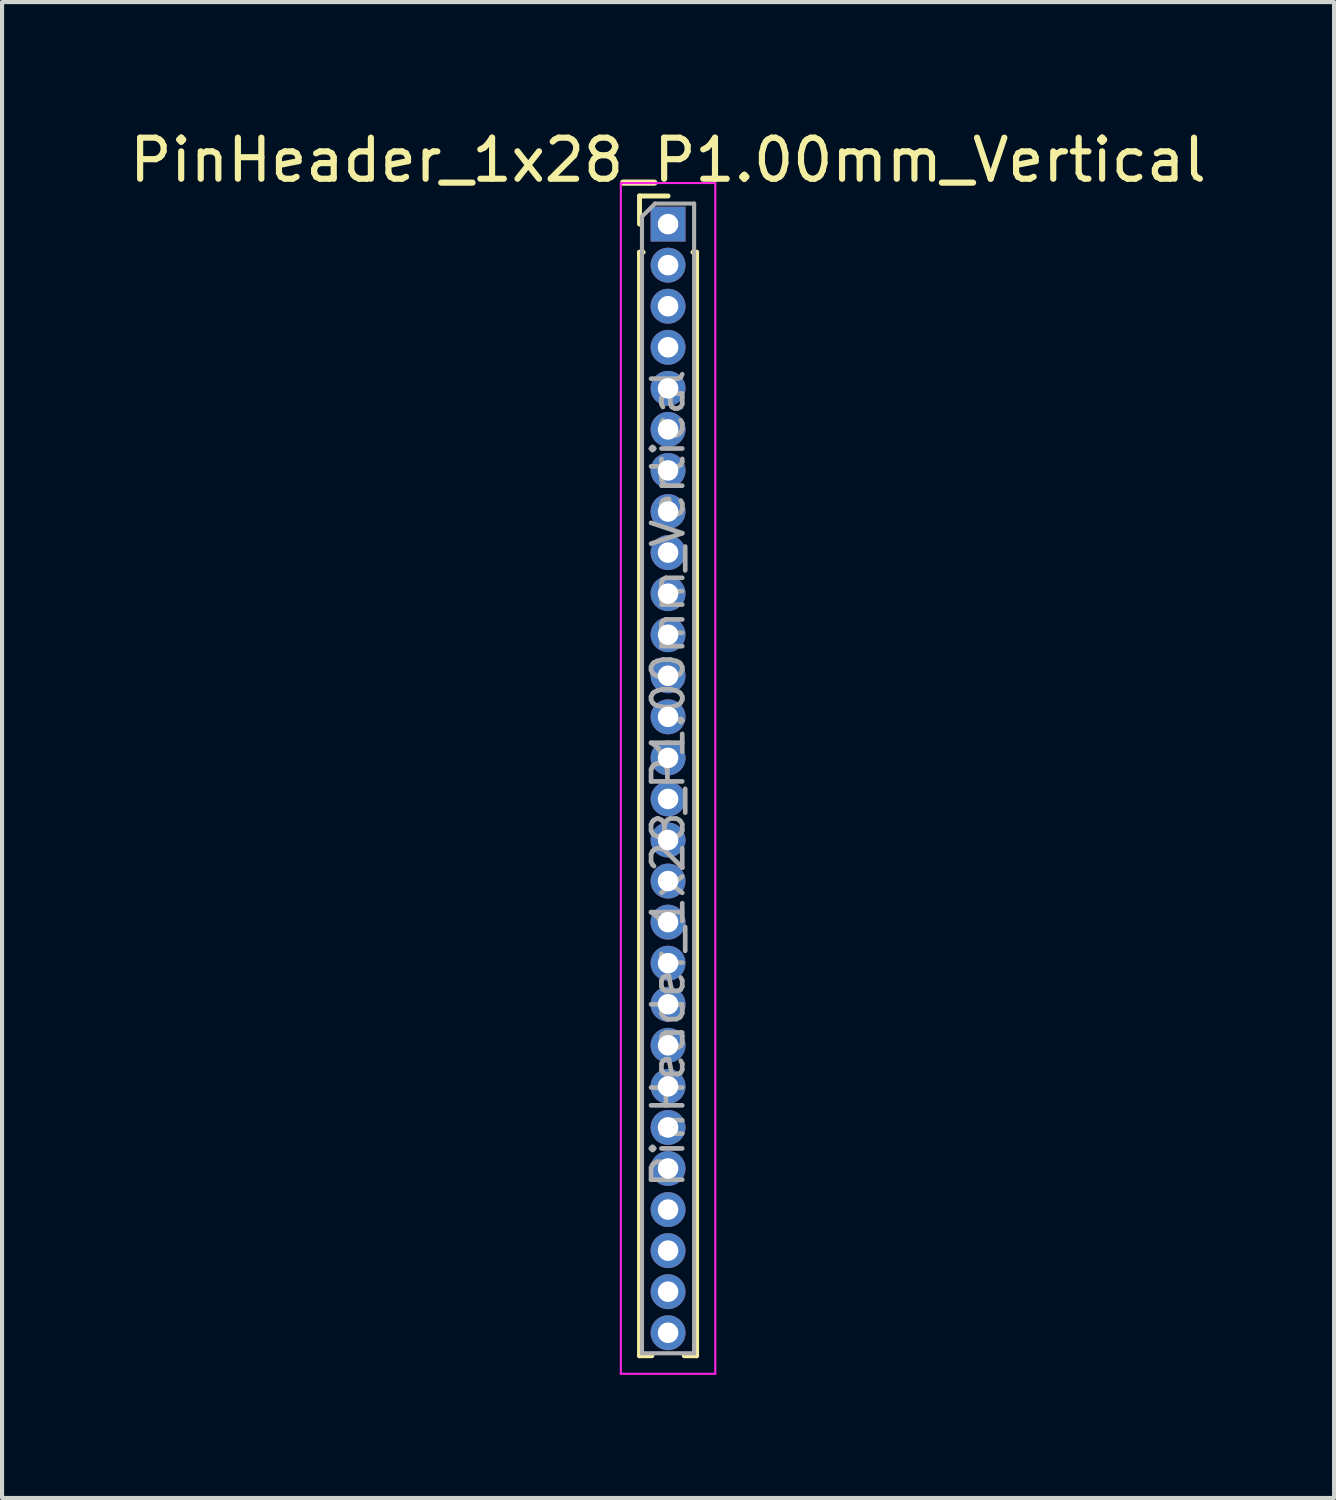
<source format=kicad_pcb>
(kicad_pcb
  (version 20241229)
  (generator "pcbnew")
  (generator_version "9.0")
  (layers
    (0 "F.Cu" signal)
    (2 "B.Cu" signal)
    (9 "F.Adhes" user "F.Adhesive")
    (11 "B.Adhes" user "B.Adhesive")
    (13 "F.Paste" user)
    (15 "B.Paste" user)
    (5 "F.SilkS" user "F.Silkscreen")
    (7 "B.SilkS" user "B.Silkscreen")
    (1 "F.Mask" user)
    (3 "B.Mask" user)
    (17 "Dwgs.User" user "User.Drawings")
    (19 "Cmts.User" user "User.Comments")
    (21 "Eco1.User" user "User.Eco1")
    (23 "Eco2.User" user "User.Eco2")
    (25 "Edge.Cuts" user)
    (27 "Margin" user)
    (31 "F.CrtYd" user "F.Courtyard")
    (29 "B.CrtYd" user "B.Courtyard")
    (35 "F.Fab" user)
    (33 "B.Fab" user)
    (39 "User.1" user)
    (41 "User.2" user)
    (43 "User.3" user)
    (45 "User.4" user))
  (footprint "PinHeader_1x28_P1.00mm_Vertical"
    (layer "F.Cu")
    (at 13.22 2.408)
    (property "Reference" "PinHeader_1x28_P1.00mm_Vertical" (at 0 -1.56 0) (layer "F.SilkS") (effects (font (size 1 1) (thickness 0.15))))
    (attr through_hole)
    (fp_line (start -0.695 -0.685) (end 0 -0.685) (stroke (width 0.12) (type solid)) (layer "F.SilkS"))
    (fp_line (start -0.695 0) (end -0.695 -0.685) (stroke (width 0.12) (type solid)) (layer "F.SilkS"))
    (fp_line (start -0.695 0.685) (end -0.695 27.56) (stroke (width 0.12) (type solid)) (layer "F.SilkS"))
    (fp_line (start -0.695 0.685) (end -0.608 0.685) (stroke (width 0.12) (type solid)) (layer "F.SilkS"))
    (fp_line (start -0.695 27.56) (end -0.394 27.56) (stroke (width 0.12) (type solid)) (layer "F.SilkS"))
    (fp_line (start 0.394 27.56) (end 0.695 27.56) (stroke (width 0.12) (type solid)) (layer "F.SilkS"))
    (fp_line (start 0.608 0.685) (end 0.695 0.685) (stroke (width 0.12) (type solid)) (layer "F.SilkS"))
    (fp_line (start 0.695 0.685) (end 0.695 27.56) (stroke (width 0.12) (type solid)) (layer "F.SilkS"))
    (fp_line (start -1.15 -1) (end -1.15 28) (stroke (width 0.05) (type solid)) (layer "F.CrtYd"))
    (fp_line (start -1.15 28) (end 1.15 28) (stroke (width 0.05) (type solid)) (layer "F.CrtYd"))
    (fp_line (start 1.15 -1) (end -1.15 -1) (stroke (width 0.05) (type solid)) (layer "F.CrtYd"))
    (fp_line (start 1.15 28) (end 1.15 -1) (stroke (width 0.05) (type solid)) (layer "F.CrtYd"))
    (fp_line (start -0.635 -0.182) (end -0.318 -0.5) (stroke (width 0.1) (type solid)) (layer "F.Fab"))
    (fp_line (start -0.635 27.5) (end -0.635 -0.182) (stroke (width 0.1) (type solid)) (layer "F.Fab"))
    (fp_line (start -0.318 -0.5) (end 0.635 -0.5) (stroke (width 0.1) (type solid)) (layer "F.Fab"))
    (fp_line (start 0.635 -0.5) (end 0.635 27.5) (stroke (width 0.1) (type solid)) (layer "F.Fab"))
    (fp_line (start 0.635 27.5) (end -0.635 27.5) (stroke (width 0.1) (type solid)) (layer "F.Fab"))
    (fp_text user "${REFERENCE}" (at 0 13.5 90) (layer "F.Fab") (effects (font (size 0.76 0.76) (thickness 0.114))))
    (pad "1" thru_hole rect (at 0 0) (size 0.85 0.85) (drill 0.5) (layers "*.Cu" "*.Mask"))
    (pad "2" thru_hole oval (at 0 1) (size 0.85 0.85) (drill 0.5) (layers "*.Cu" "*.Mask"))
    (pad "3" thru_hole oval (at 0 2) (size 0.85 0.85) (drill 0.5) (layers "*.Cu" "*.Mask"))
    (pad "4" thru_hole oval (at 0 3) (size 0.85 0.85) (drill 0.5) (layers "*.Cu" "*.Mask"))
    (pad "5" thru_hole oval (at 0 4) (size 0.85 0.85) (drill 0.5) (layers "*.Cu" "*.Mask"))
    (pad "6" thru_hole oval (at 0 5) (size 0.85 0.85) (drill 0.5) (layers "*.Cu" "*.Mask"))
    (pad "7" thru_hole oval (at 0 6) (size 0.85 0.85) (drill 0.5) (layers "*.Cu" "*.Mask"))
    (pad "8" thru_hole oval (at 0 7) (size 0.85 0.85) (drill 0.5) (layers "*.Cu" "*.Mask"))
    (pad "9" thru_hole oval (at 0 8) (size 0.85 0.85) (drill 0.5) (layers "*.Cu" "*.Mask"))
    (pad "10" thru_hole oval (at 0 9) (size 0.85 0.85) (drill 0.5) (layers "*.Cu" "*.Mask"))
    (pad "11" thru_hole oval (at 0 10) (size 0.85 0.85) (drill 0.5) (layers "*.Cu" "*.Mask"))
    (pad "12" thru_hole oval (at 0 11) (size 0.85 0.85) (drill 0.5) (layers "*.Cu" "*.Mask"))
    (pad "13" thru_hole oval (at 0 12) (size 0.85 0.85) (drill 0.5) (layers "*.Cu" "*.Mask"))
    (pad "14" thru_hole oval (at 0 13) (size 0.85 0.85) (drill 0.5) (layers "*.Cu" "*.Mask"))
    (pad "15" thru_hole oval (at 0 14) (size 0.85 0.85) (drill 0.5) (layers "*.Cu" "*.Mask"))
    (pad "16" thru_hole oval (at 0 15) (size 0.85 0.85) (drill 0.5) (layers "*.Cu" "*.Mask"))
    (pad "17" thru_hole oval (at 0 16) (size 0.85 0.85) (drill 0.5) (layers "*.Cu" "*.Mask"))
    (pad "18" thru_hole oval (at 0 17) (size 0.85 0.85) (drill 0.5) (layers "*.Cu" "*.Mask"))
    (pad "19" thru_hole oval (at 0 18) (size 0.85 0.85) (drill 0.5) (layers "*.Cu" "*.Mask"))
    (pad "20" thru_hole oval (at 0 19) (size 0.85 0.85) (drill 0.5) (layers "*.Cu" "*.Mask"))
    (pad "21" thru_hole oval (at 0 20) (size 0.85 0.85) (drill 0.5) (layers "*.Cu" "*.Mask"))
    (pad "22" thru_hole oval (at 0 21) (size 0.85 0.85) (drill 0.5) (layers "*.Cu" "*.Mask"))
    (pad "23" thru_hole oval (at 0 22) (size 0.85 0.85) (drill 0.5) (layers "*.Cu" "*.Mask"))
    (pad "24" thru_hole oval (at 0 23) (size 0.85 0.85) (drill 0.5) (layers "*.Cu" "*.Mask"))
    (pad "25" thru_hole oval (at 0 24) (size 0.85 0.85) (drill 0.5) (layers "*.Cu" "*.Mask"))
    (pad "26" thru_hole oval (at 0 25) (size 0.85 0.85) (drill 0.5) (layers "*.Cu" "*.Mask"))
    (pad "27" thru_hole oval (at 0 26) (size 0.85 0.85) (drill 0.5) (layers "*.Cu" "*.Mask"))
    (pad "28" thru_hole oval (at 0 27) (size 0.85 0.85) (drill 0.5) (layers "*.Cu" "*.Mask")))
  (gr_rect
    (start -3 -3)
    (end 29.44 33.433)
    (stroke (width 0.1) (type default))
    (fill no)
    (layer "Edge.Cuts")))
</source>
